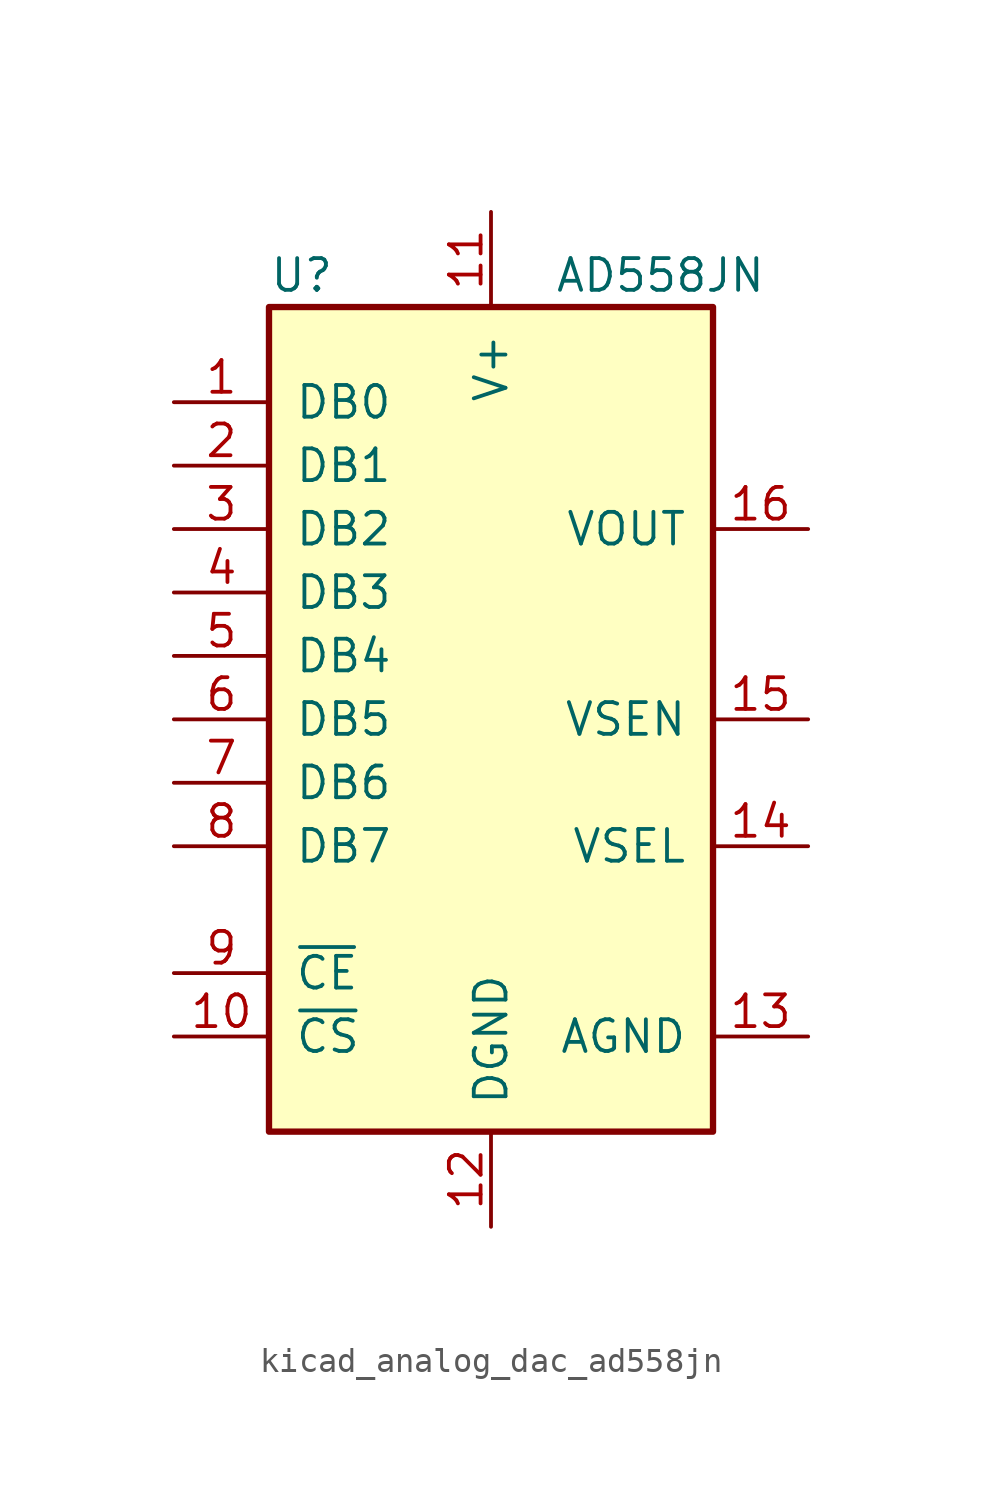
<source format=kicad_sym>
(kicad_symbol_lib
  (version 20220914)
  (generator kicad_symbol_editor)
  (symbol "kicad_analog_dac_ad558jn"
    (pin_names
      (offset 1.016))
    (property "Reference" "U"
      (at -8.89 17.78 0)
      (effects (font (size 1.27 1.27)) (justify left)))
    (property "Value" "AD558JN"
      (at 2.54 17.78 0)
      (effects (font (size 1.27 1.27)) (justify left)))
    (symbol "kicad_analog_dac_ad558jn_0_1"
      (rectangle (start -8.89 -16.51) (end 8.89 16.51) (stroke (width 0.254) (type default)) (fill (type background))))
    (symbol "kicad_analog_dac_ad558jn_1_1"
      (pin input line (at -12.7 12.7 0) (length 3.81) (name "DB0" (effects (font (size 1.27 1.27)))) (number "1" (effects (font (size 1.27 1.27)))))
      (pin input line (at -12.7 -12.7 0) (length 3.81) (name "~{CS}" (effects (font (size 1.27 1.27)))) (number "10" (effects (font (size 1.27 1.27)))))
      (pin power_in line (at 0 20.32 270) (length 3.81) (name "V+" (effects (font (size 1.27 1.27)))) (number "11" (effects (font (size 1.27 1.27)))))
      (pin power_in line (at 0 -20.32 90) (length 3.81) (name "DGND" (effects (font (size 1.27 1.27)))) (number "12" (effects (font (size 1.27 1.27)))))
      (pin power_in line (at 12.7 -12.7 180) (length 3.81) (name "AGND" (effects (font (size 1.27 1.27)))) (number "13" (effects (font (size 1.27 1.27)))))
      (pin input line (at 12.7 -5.08 180) (length 3.81) (name "VSEL" (effects (font (size 1.27 1.27)))) (number "14" (effects (font (size 1.27 1.27)))))
      (pin input line (at 12.7 0 180) (length 3.81) (name "VSEN" (effects (font (size 1.27 1.27)))) (number "15" (effects (font (size 1.27 1.27)))))
      (pin output line (at 12.7 7.62 180) (length 3.81) (name "VOUT" (effects (font (size 1.27 1.27)))) (number "16" (effects (font (size 1.27 1.27)))))
      (pin input line (at -12.7 10.16 0) (length 3.81) (name "DB1" (effects (font (size 1.27 1.27)))) (number "2" (effects (font (size 1.27 1.27)))))
      (pin input line (at -12.7 7.62 0) (length 3.81) (name "DB2" (effects (font (size 1.27 1.27)))) (number "3" (effects (font (size 1.27 1.27)))))
      (pin input line (at -12.7 5.08 0) (length 3.81) (name "DB3" (effects (font (size 1.27 1.27)))) (number "4" (effects (font (size 1.27 1.27)))))
      (pin input line (at -12.7 2.54 0) (length 3.81) (name "DB4" (effects (font (size 1.27 1.27)))) (number "5" (effects (font (size 1.27 1.27)))))
      (pin input line (at -12.7 0 0) (length 3.81) (name "DB5" (effects (font (size 1.27 1.27)))) (number "6" (effects (font (size 1.27 1.27)))))
      (pin input line (at -12.7 -2.54 0) (length 3.81) (name "DB6" (effects (font (size 1.27 1.27)))) (number "7" (effects (font (size 1.27 1.27)))))
      (pin input line (at -12.7 -5.08 0) (length 3.81) (name "DB7" (effects (font (size 1.27 1.27)))) (number "8" (effects (font (size 1.27 1.27)))))
      (pin input line (at -12.7 -10.16 0) (length 3.81) (name "~{CE}" (effects (font (size 1.27 1.27)))) (number "9" (effects (font (size 1.27 1.27))))))))
</source>
